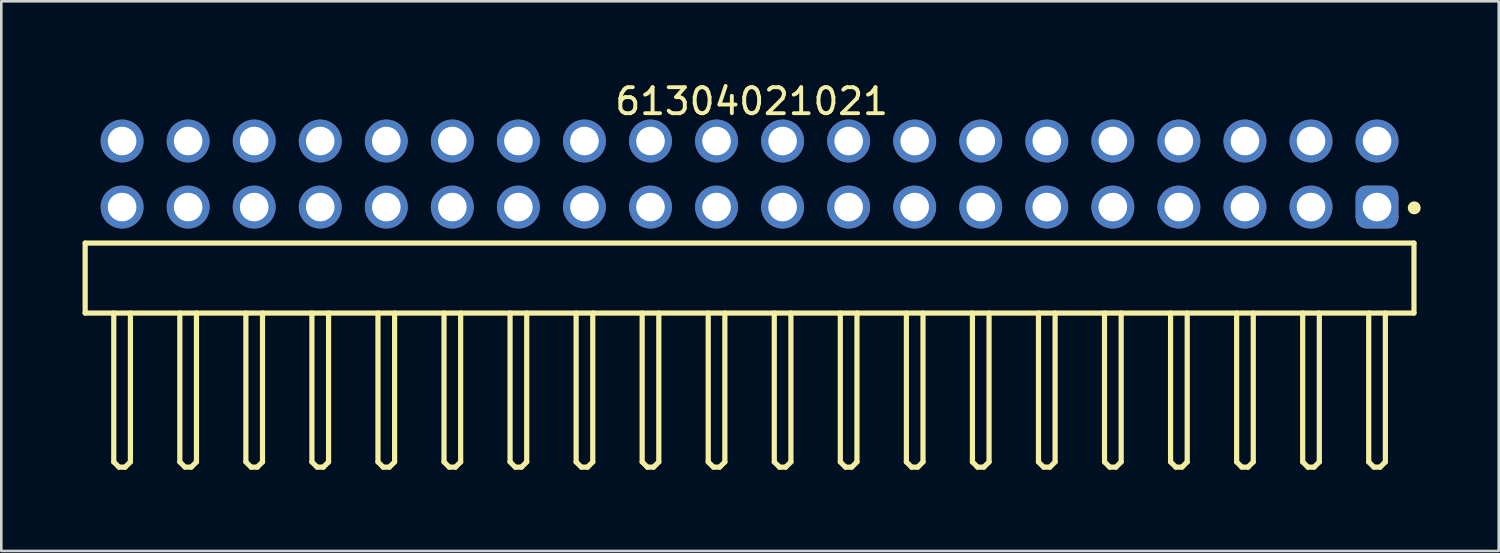
<source format=kicad_pcb>
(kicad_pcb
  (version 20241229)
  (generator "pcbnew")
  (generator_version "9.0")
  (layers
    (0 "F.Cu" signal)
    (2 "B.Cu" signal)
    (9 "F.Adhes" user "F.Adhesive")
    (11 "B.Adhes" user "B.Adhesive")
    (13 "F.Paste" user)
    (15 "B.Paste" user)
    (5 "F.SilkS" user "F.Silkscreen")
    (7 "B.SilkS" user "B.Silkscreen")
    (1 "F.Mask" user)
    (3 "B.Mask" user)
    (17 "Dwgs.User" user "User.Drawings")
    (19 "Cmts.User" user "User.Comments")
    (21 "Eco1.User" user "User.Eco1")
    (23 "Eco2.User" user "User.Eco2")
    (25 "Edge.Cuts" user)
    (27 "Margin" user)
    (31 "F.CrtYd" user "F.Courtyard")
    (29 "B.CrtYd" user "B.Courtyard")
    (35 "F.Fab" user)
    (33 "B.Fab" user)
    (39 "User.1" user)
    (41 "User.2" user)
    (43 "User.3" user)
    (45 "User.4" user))
  (footprint "61304021021"
    (layer "F.Cu")
    (at 25.775 7.643)
    (property "Reference" "61304021021" (at 0.08 -6.795 0) (layer "F.SilkS") (effects (font (size 1 1) (thickness 0.15))))
    (fp_line (start -25.55 -1.345) (end 25.55 -1.345) (stroke (width 0.2) (type solid)) (layer "F.SilkS"))
    (fp_line (start -25.55 1.345) (end -25.55 -1.345) (stroke (width 0.2) (type solid)) (layer "F.SilkS"))
    (fp_line (start -25.55 1.345) (end 25.55 1.345) (stroke (width 0.2) (type solid)) (layer "F.SilkS"))
    (fp_line (start -24.45 7.07) (end -24.45 1.345) (stroke (width 0.2) (type solid)) (layer "F.SilkS"))
    (fp_line (start -24.45 7.07) (end -24.25 7.27) (stroke (width 0.2) (type solid)) (layer "F.SilkS"))
    (fp_line (start -24.25 7.27) (end -24.01 7.27) (stroke (width 0.2) (type solid)) (layer "F.SilkS"))
    (fp_line (start -24.01 7.27) (end -23.81 7.07) (stroke (width 0.2) (type solid)) (layer "F.SilkS"))
    (fp_line (start -23.81 7.07) (end -23.81 1.345) (stroke (width 0.2) (type solid)) (layer "F.SilkS"))
    (fp_line (start -21.91 7.07) (end -21.91 1.345) (stroke (width 0.2) (type solid)) (layer "F.SilkS"))
    (fp_line (start -21.91 7.07) (end -21.71 7.27) (stroke (width 0.2) (type solid)) (layer "F.SilkS"))
    (fp_line (start -21.71 7.27) (end -21.47 7.27) (stroke (width 0.2) (type solid)) (layer "F.SilkS"))
    (fp_line (start -21.47 7.27) (end -21.27 7.07) (stroke (width 0.2) (type solid)) (layer "F.SilkS"))
    (fp_line (start -21.27 7.07) (end -21.27 1.345) (stroke (width 0.2) (type solid)) (layer "F.SilkS"))
    (fp_line (start -19.37 7.07) (end -19.37 1.345) (stroke (width 0.2) (type solid)) (layer "F.SilkS"))
    (fp_line (start -19.37 7.07) (end -19.17 7.27) (stroke (width 0.2) (type solid)) (layer "F.SilkS"))
    (fp_line (start -19.17 7.27) (end -18.93 7.27) (stroke (width 0.2) (type solid)) (layer "F.SilkS"))
    (fp_line (start -18.93 7.27) (end -18.73 7.07) (stroke (width 0.2) (type solid)) (layer "F.SilkS"))
    (fp_line (start -18.73 7.07) (end -18.73 1.345) (stroke (width 0.2) (type solid)) (layer "F.SilkS"))
    (fp_line (start -16.83 7.07) (end -16.83 1.345) (stroke (width 0.2) (type solid)) (layer "F.SilkS"))
    (fp_line (start -16.83 7.07) (end -16.63 7.27) (stroke (width 0.2) (type solid)) (layer "F.SilkS"))
    (fp_line (start -16.63 7.27) (end -16.39 7.27) (stroke (width 0.2) (type solid)) (layer "F.SilkS"))
    (fp_line (start -16.39 7.27) (end -16.19 7.07) (stroke (width 0.2) (type solid)) (layer "F.SilkS"))
    (fp_line (start -16.19 7.07) (end -16.19 1.345) (stroke (width 0.2) (type solid)) (layer "F.SilkS"))
    (fp_line (start -14.29 7.07) (end -14.29 1.345) (stroke (width 0.2) (type solid)) (layer "F.SilkS"))
    (fp_line (start -14.29 7.07) (end -14.09 7.27) (stroke (width 0.2) (type solid)) (layer "F.SilkS"))
    (fp_line (start -14.09 7.27) (end -13.85 7.27) (stroke (width 0.2) (type solid)) (layer "F.SilkS"))
    (fp_line (start -13.85 7.27) (end -13.65 7.07) (stroke (width 0.2) (type solid)) (layer "F.SilkS"))
    (fp_line (start -13.65 7.07) (end -13.65 1.345) (stroke (width 0.2) (type solid)) (layer "F.SilkS"))
    (fp_line (start -11.75 7.07) (end -11.75 1.345) (stroke (width 0.2) (type solid)) (layer "F.SilkS"))
    (fp_line (start -11.75 7.07) (end -11.55 7.27) (stroke (width 0.2) (type solid)) (layer "F.SilkS"))
    (fp_line (start -11.55 7.27) (end -11.31 7.27) (stroke (width 0.2) (type solid)) (layer "F.SilkS"))
    (fp_line (start -11.31 7.27) (end -11.11 7.07) (stroke (width 0.2) (type solid)) (layer "F.SilkS"))
    (fp_line (start -11.11 7.07) (end -11.11 1.345) (stroke (width 0.2) (type solid)) (layer "F.SilkS"))
    (fp_line (start -9.21 7.07) (end -9.21 1.345) (stroke (width 0.2) (type solid)) (layer "F.SilkS"))
    (fp_line (start -9.21 7.07) (end -9.01 7.27) (stroke (width 0.2) (type solid)) (layer "F.SilkS"))
    (fp_line (start -9.01 7.27) (end -8.77 7.27) (stroke (width 0.2) (type solid)) (layer "F.SilkS"))
    (fp_line (start -8.77 7.27) (end -8.57 7.07) (stroke (width 0.2) (type solid)) (layer "F.SilkS"))
    (fp_line (start -8.57 7.07) (end -8.57 1.345) (stroke (width 0.2) (type solid)) (layer "F.SilkS"))
    (fp_line (start -6.67 7.07) (end -6.67 1.345) (stroke (width 0.2) (type solid)) (layer "F.SilkS"))
    (fp_line (start -6.67 7.07) (end -6.47 7.27) (stroke (width 0.2) (type solid)) (layer "F.SilkS"))
    (fp_line (start -6.47 7.27) (end -6.23 7.27) (stroke (width 0.2) (type solid)) (layer "F.SilkS"))
    (fp_line (start -6.23 7.27) (end -6.03 7.07) (stroke (width 0.2) (type solid)) (layer "F.SilkS"))
    (fp_line (start -6.03 7.07) (end -6.03 1.345) (stroke (width 0.2) (type solid)) (layer "F.SilkS"))
    (fp_line (start -4.13 7.07) (end -4.13 1.345) (stroke (width 0.2) (type solid)) (layer "F.SilkS"))
    (fp_line (start -4.13 7.07) (end -3.93 7.27) (stroke (width 0.2) (type solid)) (layer "F.SilkS"))
    (fp_line (start -3.93 7.27) (end -3.69 7.27) (stroke (width 0.2) (type solid)) (layer "F.SilkS"))
    (fp_line (start -3.69 7.27) (end -3.49 7.07) (stroke (width 0.2) (type solid)) (layer "F.SilkS"))
    (fp_line (start -3.49 7.07) (end -3.49 1.345) (stroke (width 0.2) (type solid)) (layer "F.SilkS"))
    (fp_line (start -1.59 7.07) (end -1.59 1.345) (stroke (width 0.2) (type solid)) (layer "F.SilkS"))
    (fp_line (start -1.59 7.07) (end -1.39 7.27) (stroke (width 0.2) (type solid)) (layer "F.SilkS"))
    (fp_line (start -1.39 7.27) (end -1.15 7.27) (stroke (width 0.2) (type solid)) (layer "F.SilkS"))
    (fp_line (start -1.15 7.27) (end -0.95 7.07) (stroke (width 0.2) (type solid)) (layer "F.SilkS"))
    (fp_line (start -0.95 7.07) (end -0.95 1.345) (stroke (width 0.2) (type solid)) (layer "F.SilkS"))
    (fp_line (start 0.95 7.07) (end 0.95 1.345) (stroke (width 0.2) (type solid)) (layer "F.SilkS"))
    (fp_line (start 0.95 7.07) (end 1.15 7.27) (stroke (width 0.2) (type solid)) (layer "F.SilkS"))
    (fp_line (start 1.15 7.27) (end 1.39 7.27) (stroke (width 0.2) (type solid)) (layer "F.SilkS"))
    (fp_line (start 1.39 7.27) (end 1.59 7.07) (stroke (width 0.2) (type solid)) (layer "F.SilkS"))
    (fp_line (start 1.59 7.07) (end 1.59 1.345) (stroke (width 0.2) (type solid)) (layer "F.SilkS"))
    (fp_line (start 3.49 7.07) (end 3.49 1.345) (stroke (width 0.2) (type solid)) (layer "F.SilkS"))
    (fp_line (start 3.49 7.07) (end 3.69 7.27) (stroke (width 0.2) (type solid)) (layer "F.SilkS"))
    (fp_line (start 3.69 7.27) (end 3.93 7.27) (stroke (width 0.2) (type solid)) (layer "F.SilkS"))
    (fp_line (start 3.93 7.27) (end 4.13 7.07) (stroke (width 0.2) (type solid)) (layer "F.SilkS"))
    (fp_line (start 4.13 7.07) (end 4.13 1.345) (stroke (width 0.2) (type solid)) (layer "F.SilkS"))
    (fp_line (start 6.03 7.07) (end 6.03 1.345) (stroke (width 0.2) (type solid)) (layer "F.SilkS"))
    (fp_line (start 6.03 7.07) (end 6.23 7.27) (stroke (width 0.2) (type solid)) (layer "F.SilkS"))
    (fp_line (start 6.23 7.27) (end 6.47 7.27) (stroke (width 0.2) (type solid)) (layer "F.SilkS"))
    (fp_line (start 6.47 7.27) (end 6.67 7.07) (stroke (width 0.2) (type solid)) (layer "F.SilkS"))
    (fp_line (start 6.67 7.07) (end 6.67 1.345) (stroke (width 0.2) (type solid)) (layer "F.SilkS"))
    (fp_line (start 8.57 7.07) (end 8.57 1.345) (stroke (width 0.2) (type solid)) (layer "F.SilkS"))
    (fp_line (start 8.57 7.07) (end 8.77 7.27) (stroke (width 0.2) (type solid)) (layer "F.SilkS"))
    (fp_line (start 8.77 7.27) (end 9.01 7.27) (stroke (width 0.2) (type solid)) (layer "F.SilkS"))
    (fp_line (start 9.01 7.27) (end 9.21 7.07) (stroke (width 0.2) (type solid)) (layer "F.SilkS"))
    (fp_line (start 9.21 7.07) (end 9.21 1.345) (stroke (width 0.2) (type solid)) (layer "F.SilkS"))
    (fp_line (start 11.11 7.07) (end 11.11 1.345) (stroke (width 0.2) (type solid)) (layer "F.SilkS"))
    (fp_line (start 11.11 7.07) (end 11.31 7.27) (stroke (width 0.2) (type solid)) (layer "F.SilkS"))
    (fp_line (start 11.31 7.27) (end 11.55 7.27) (stroke (width 0.2) (type solid)) (layer "F.SilkS"))
    (fp_line (start 11.55 7.27) (end 11.75 7.07) (stroke (width 0.2) (type solid)) (layer "F.SilkS"))
    (fp_line (start 11.75 7.07) (end 11.75 1.345) (stroke (width 0.2) (type solid)) (layer "F.SilkS"))
    (fp_line (start 13.65 7.07) (end 13.65 1.345) (stroke (width 0.2) (type solid)) (layer "F.SilkS"))
    (fp_line (start 13.65 7.07) (end 13.85 7.27) (stroke (width 0.2) (type solid)) (layer "F.SilkS"))
    (fp_line (start 13.85 7.27) (end 14.09 7.27) (stroke (width 0.2) (type solid)) (layer "F.SilkS"))
    (fp_line (start 14.09 7.27) (end 14.29 7.07) (stroke (width 0.2) (type solid)) (layer "F.SilkS"))
    (fp_line (start 14.29 7.07) (end 14.29 1.345) (stroke (width 0.2) (type solid)) (layer "F.SilkS"))
    (fp_line (start 16.19 7.07) (end 16.19 1.345) (stroke (width 0.2) (type solid)) (layer "F.SilkS"))
    (fp_line (start 16.19 7.07) (end 16.39 7.27) (stroke (width 0.2) (type solid)) (layer "F.SilkS"))
    (fp_line (start 16.39 7.27) (end 16.63 7.27) (stroke (width 0.2) (type solid)) (layer "F.SilkS"))
    (fp_line (start 16.63 7.27) (end 16.83 7.07) (stroke (width 0.2) (type solid)) (layer "F.SilkS"))
    (fp_line (start 16.83 7.07) (end 16.83 1.345) (stroke (width 0.2) (type solid)) (layer "F.SilkS"))
    (fp_line (start 18.73 7.07) (end 18.73 1.345) (stroke (width 0.2) (type solid)) (layer "F.SilkS"))
    (fp_line (start 18.73 7.07) (end 18.93 7.27) (stroke (width 0.2) (type solid)) (layer "F.SilkS"))
    (fp_line (start 18.93 7.27) (end 19.17 7.27) (stroke (width 0.2) (type solid)) (layer "F.SilkS"))
    (fp_line (start 19.17 7.27) (end 19.37 7.07) (stroke (width 0.2) (type solid)) (layer "F.SilkS"))
    (fp_line (start 19.37 7.07) (end 19.37 1.345) (stroke (width 0.2) (type solid)) (layer "F.SilkS"))
    (fp_line (start 21.27 7.07) (end 21.27 1.345) (stroke (width 0.2) (type solid)) (layer "F.SilkS"))
    (fp_line (start 21.27 7.07) (end 21.47 7.27) (stroke (width 0.2) (type solid)) (layer "F.SilkS"))
    (fp_line (start 21.47 7.27) (end 21.71 7.27) (stroke (width 0.2) (type solid)) (layer "F.SilkS"))
    (fp_line (start 21.71 7.27) (end 21.91 7.07) (stroke (width 0.2) (type solid)) (layer "F.SilkS"))
    (fp_line (start 21.91 7.07) (end 21.91 1.345) (stroke (width 0.2) (type solid)) (layer "F.SilkS"))
    (fp_line (start 23.81 7.07) (end 23.81 1.345) (stroke (width 0.2) (type solid)) (layer "F.SilkS"))
    (fp_line (start 23.81 7.07) (end 24.01 7.27) (stroke (width 0.2) (type solid)) (layer "F.SilkS"))
    (fp_line (start 24.01 7.27) (end 24.25 7.27) (stroke (width 0.2) (type solid)) (layer "F.SilkS"))
    (fp_line (start 24.25 7.27) (end 24.45 7.07) (stroke (width 0.2) (type solid)) (layer "F.SilkS"))
    (fp_line (start 24.45 7.07) (end 24.45 1.345) (stroke (width 0.2) (type solid)) (layer "F.SilkS"))
    (fp_line (start 25.55 1.345) (end 25.55 -1.345) (stroke (width 0.2) (type solid)) (layer "F.SilkS"))
    (fp_circle (center 25.56 -2.7) (end 25.56 -2.825) (stroke (width 0.25) (type solid)) (fill no) (layer "F.SilkS"))
    (fp_line (start -25.75 -6.295) (end 25.75 -6.295) (stroke (width 0.05) (type solid)) (layer "Eco2.User"))
    (fp_line (start -25.75 7.47) (end -25.75 -6.295) (stroke (width 0.05) (type solid)) (layer "Eco2.User"))
    (fp_line (start -25.75 7.47) (end 25.75 7.47) (stroke (width 0.05) (type solid)) (layer "Eco2.User"))
    (fp_line (start -25.4 -1.27) (end 25.4 -1.27) (stroke (width 0.1) (type solid)) (layer "Eco2.User"))
    (fp_line (start -25.4 1.27) (end -25.4 -1.27) (stroke (width 0.1) (type solid)) (layer "Eco2.User"))
    (fp_line (start -25.4 1.27) (end 25.4 1.27) (stroke (width 0.1) (type solid)) (layer "Eco2.User"))
    (fp_line (start -24.45 -5.63) (end -23.81 -5.63) (stroke (width 0.1) (type solid)) (layer "Eco2.User"))
    (fp_line (start -24.45 -3.09) (end -23.81 -3.09) (stroke (width 0.1) (type solid)) (layer "Eco2.User"))
    (fp_line (start -24.45 -1.27) (end -24.45 -5.63) (stroke (width 0.1) (type solid)) (layer "Eco2.User"))
    (fp_line (start -24.45 7.07) (end -24.45 1.27) (stroke (width 0.1) (type solid)) (layer "Eco2.User"))
    (fp_line (start -24.45 7.07) (end -24.25 7.27) (stroke (width 0.1) (type solid)) (layer "Eco2.User"))
    (fp_line (start -24.25 7.27) (end -24.01 7.27) (stroke (width 0.1) (type solid)) (layer "Eco2.User"))
    (fp_line (start -24.01 7.27) (end -23.81 7.07) (stroke (width 0.1) (type solid)) (layer "Eco2.User"))
    (fp_line (start -23.81 -1.27) (end -23.81 -5.63) (stroke (width 0.1) (type solid)) (layer "Eco2.User"))
    (fp_line (start -23.81 7.07) (end -23.81 1.27) (stroke (width 0.1) (type solid)) (layer "Eco2.User"))
    (fp_line (start -21.91 -5.63) (end -21.27 -5.63) (stroke (width 0.1) (type solid)) (layer "Eco2.User"))
    (fp_line (start -21.91 -3.09) (end -21.27 -3.09) (stroke (width 0.1) (type solid)) (layer "Eco2.User"))
    (fp_line (start -21.91 -1.27) (end -21.91 -5.63) (stroke (width 0.1) (type solid)) (layer "Eco2.User"))
    (fp_line (start -21.91 7.07) (end -21.91 1.27) (stroke (width 0.1) (type solid)) (layer "Eco2.User"))
    (fp_line (start -21.91 7.07) (end -21.71 7.27) (stroke (width 0.1) (type solid)) (layer "Eco2.User"))
    (fp_line (start -21.71 7.27) (end -21.47 7.27) (stroke (width 0.1) (type solid)) (layer "Eco2.User"))
    (fp_line (start -21.47 7.27) (end -21.27 7.07) (stroke (width 0.1) (type solid)) (layer "Eco2.User"))
    (fp_line (start -21.27 -1.27) (end -21.27 -5.63) (stroke (width 0.1) (type solid)) (layer "Eco2.User"))
    (fp_line (start -21.27 7.07) (end -21.27 1.27) (stroke (width 0.1) (type solid)) (layer "Eco2.User"))
    (fp_line (start -19.37 -5.63) (end -18.73 -5.63) (stroke (width 0.1) (type solid)) (layer "Eco2.User"))
    (fp_line (start -19.37 -3.09) (end -18.73 -3.09) (stroke (width 0.1) (type solid)) (layer "Eco2.User"))
    (fp_line (start -19.37 -1.27) (end -19.37 -5.63) (stroke (width 0.1) (type solid)) (layer "Eco2.User"))
    (fp_line (start -19.37 7.07) (end -19.37 1.27) (stroke (width 0.1) (type solid)) (layer "Eco2.User"))
    (fp_line (start -19.37 7.07) (end -19.17 7.27) (stroke (width 0.1) (type solid)) (layer "Eco2.User"))
    (fp_line (start -19.17 7.27) (end -18.93 7.27) (stroke (width 0.1) (type solid)) (layer "Eco2.User"))
    (fp_line (start -18.93 7.27) (end -18.73 7.07) (stroke (width 0.1) (type solid)) (layer "Eco2.User"))
    (fp_line (start -18.73 -1.27) (end -18.73 -5.63) (stroke (width 0.1) (type solid)) (layer "Eco2.User"))
    (fp_line (start -18.73 7.07) (end -18.73 1.27) (stroke (width 0.1) (type solid)) (layer "Eco2.User"))
    (fp_line (start -16.83 -5.63) (end -16.19 -5.63) (stroke (width 0.1) (type solid)) (layer "Eco2.User"))
    (fp_line (start -16.83 -3.09) (end -16.19 -3.09) (stroke (width 0.1) (type solid)) (layer "Eco2.User"))
    (fp_line (start -16.83 -1.27) (end -16.83 -5.63) (stroke (width 0.1) (type solid)) (layer "Eco2.User"))
    (fp_line (start -16.83 7.07) (end -16.83 1.27) (stroke (width 0.1) (type solid)) (layer "Eco2.User"))
    (fp_line (start -16.83 7.07) (end -16.63 7.27) (stroke (width 0.1) (type solid)) (layer "Eco2.User"))
    (fp_line (start -16.63 7.27) (end -16.39 7.27) (stroke (width 0.1) (type solid)) (layer "Eco2.User"))
    (fp_line (start -16.39 7.27) (end -16.19 7.07) (stroke (width 0.1) (type solid)) (layer "Eco2.User"))
    (fp_line (start -16.19 -1.27) (end -16.19 -5.63) (stroke (width 0.1) (type solid)) (layer "Eco2.User"))
    (fp_line (start -16.19 7.07) (end -16.19 1.27) (stroke (width 0.1) (type solid)) (layer "Eco2.User"))
    (fp_line (start -14.29 -5.63) (end -13.65 -5.63) (stroke (width 0.1) (type solid)) (layer "Eco2.User"))
    (fp_line (start -14.29 -3.09) (end -13.65 -3.09) (stroke (width 0.1) (type solid)) (layer "Eco2.User"))
    (fp_line (start -14.29 -1.27) (end -14.29 -5.63) (stroke (width 0.1) (type solid)) (layer "Eco2.User"))
    (fp_line (start -14.29 7.07) (end -14.29 1.27) (stroke (width 0.1) (type solid)) (layer "Eco2.User"))
    (fp_line (start -14.29 7.07) (end -14.09 7.27) (stroke (width 0.1) (type solid)) (layer "Eco2.User"))
    (fp_line (start -14.09 7.27) (end -13.85 7.27) (stroke (width 0.1) (type solid)) (layer "Eco2.User"))
    (fp_line (start -13.85 7.27) (end -13.65 7.07) (stroke (width 0.1) (type solid)) (layer "Eco2.User"))
    (fp_line (start -13.65 -1.27) (end -13.65 -5.63) (stroke (width 0.1) (type solid)) (layer "Eco2.User"))
    (fp_line (start -13.65 7.07) (end -13.65 1.27) (stroke (width 0.1) (type solid)) (layer "Eco2.User"))
    (fp_line (start -11.75 -5.63) (end -11.11 -5.63) (stroke (width 0.1) (type solid)) (layer "Eco2.User"))
    (fp_line (start -11.75 -3.09) (end -11.11 -3.09) (stroke (width 0.1) (type solid)) (layer "Eco2.User"))
    (fp_line (start -11.75 -1.27) (end -11.75 -5.63) (stroke (width 0.1) (type solid)) (layer "Eco2.User"))
    (fp_line (start -11.75 7.07) (end -11.75 1.27) (stroke (width 0.1) (type solid)) (layer "Eco2.User"))
    (fp_line (start -11.75 7.07) (end -11.55 7.27) (stroke (width 0.1) (type solid)) (layer "Eco2.User"))
    (fp_line (start -11.55 7.27) (end -11.31 7.27) (stroke (width 0.1) (type solid)) (layer "Eco2.User"))
    (fp_line (start -11.31 7.27) (end -11.11 7.07) (stroke (width 0.1) (type solid)) (layer "Eco2.User"))
    (fp_line (start -11.11 -1.27) (end -11.11 -5.63) (stroke (width 0.1) (type solid)) (layer "Eco2.User"))
    (fp_line (start -11.11 7.07) (end -11.11 1.27) (stroke (width 0.1) (type solid)) (layer "Eco2.User"))
    (fp_line (start -9.21 -5.63) (end -8.57 -5.63) (stroke (width 0.1) (type solid)) (layer "Eco2.User"))
    (fp_line (start -9.21 -3.09) (end -8.57 -3.09) (stroke (width 0.1) (type solid)) (layer "Eco2.User"))
    (fp_line (start -9.21 -3.09) (end -8.57 -3.09) (stroke (width 0.1) (type solid)) (layer "Eco2.User"))
    (fp_line (start -9.21 -1.27) (end -9.21 -5.63) (stroke (width 0.1) (type solid)) (layer "Eco2.User"))
    (fp_line (start -9.21 7.07) (end -9.21 1.27) (stroke (width 0.1) (type solid)) (layer "Eco2.User"))
    (fp_line (start -9.21 7.07) (end -9.01 7.27) (stroke (width 0.1) (type solid)) (layer "Eco2.User"))
    (fp_line (start -9.01 7.27) (end -8.77 7.27) (stroke (width 0.1) (type solid)) (layer "Eco2.User"))
    (fp_line (start -8.77 7.27) (end -8.57 7.07) (stroke (width 0.1) (type solid)) (layer "Eco2.User"))
    (fp_line (start -8.57 -1.27) (end -8.57 -5.63) (stroke (width 0.1) (type solid)) (layer "Eco2.User"))
    (fp_line (start -8.57 7.07) (end -8.57 1.27) (stroke (width 0.1) (type solid)) (layer "Eco2.User"))
    (fp_line (start -6.67 -5.63) (end -6.03 -5.63) (stroke (width 0.1) (type solid)) (layer "Eco2.User"))
    (fp_line (start -6.67 -3.09) (end -6.03 -3.09) (stroke (width 0.1) (type solid)) (layer "Eco2.User"))
    (fp_line (start -6.67 -1.27) (end -6.67 -5.63) (stroke (width 0.1) (type solid)) (layer "Eco2.User"))
    (fp_line (start -6.67 7.07) (end -6.67 1.27) (stroke (width 0.1) (type solid)) (layer "Eco2.User"))
    (fp_line (start -6.67 7.07) (end -6.47 7.27) (stroke (width 0.1) (type solid)) (layer "Eco2.User"))
    (fp_line (start -6.47 7.27) (end -6.23 7.27) (stroke (width 0.1) (type solid)) (layer "Eco2.User"))
    (fp_line (start -6.23 7.27) (end -6.03 7.07) (stroke (width 0.1) (type solid)) (layer "Eco2.User"))
    (fp_line (start -6.03 -1.27) (end -6.03 -5.63) (stroke (width 0.1) (type solid)) (layer "Eco2.User"))
    (fp_line (start -6.03 7.07) (end -6.03 1.27) (stroke (width 0.1) (type solid)) (layer "Eco2.User"))
    (fp_line (start -4.13 -5.63) (end -3.49 -5.63) (stroke (width 0.1) (type solid)) (layer "Eco2.User"))
    (fp_line (start -4.13 -3.09) (end -3.49 -3.09) (stroke (width 0.1) (type solid)) (layer "Eco2.User"))
    (fp_line (start -4.13 -1.27) (end -4.13 -5.63) (stroke (width 0.1) (type solid)) (layer "Eco2.User"))
    (fp_line (start -4.13 7.07) (end -4.13 1.27) (stroke (width 0.1) (type solid)) (layer "Eco2.User"))
    (fp_line (start -4.13 7.07) (end -3.93 7.27) (stroke (width 0.1) (type solid)) (layer "Eco2.User"))
    (fp_line (start -3.93 7.27) (end -3.69 7.27) (stroke (width 0.1) (type solid)) (layer "Eco2.User"))
    (fp_line (start -3.69 7.27) (end -3.49 7.07) (stroke (width 0.1) (type solid)) (layer "Eco2.User"))
    (fp_line (start -3.49 -1.27) (end -3.49 -5.63) (stroke (width 0.1) (type solid)) (layer "Eco2.User"))
    (fp_line (start -3.49 7.07) (end -3.49 1.27) (stroke (width 0.1) (type solid)) (layer "Eco2.User"))
    (fp_line (start -1.59 -5.63) (end -0.95 -5.63) (stroke (width 0.1) (type solid)) (layer "Eco2.User"))
    (fp_line (start -1.59 -3.09) (end -0.95 -3.09) (stroke (width 0.1) (type solid)) (layer "Eco2.User"))
    (fp_line (start -1.59 -1.27) (end -1.59 -5.63) (stroke (width 0.1) (type solid)) (layer "Eco2.User"))
    (fp_line (start -1.59 7.07) (end -1.59 1.27) (stroke (width 0.1) (type solid)) (layer "Eco2.User"))
    (fp_line (start -1.59 7.07) (end -1.39 7.27) (stroke (width 0.1) (type solid)) (layer "Eco2.User"))
    (fp_line (start -1.39 7.27) (end -1.15 7.27) (stroke (width 0.1) (type solid)) (layer "Eco2.User"))
    (fp_line (start -1.15 7.27) (end -0.95 7.07) (stroke (width 0.1) (type solid)) (layer "Eco2.User"))
    (fp_line (start -0.95 -1.27) (end -0.95 -5.63) (stroke (width 0.1) (type solid)) (layer "Eco2.User"))
    (fp_line (start -0.95 7.07) (end -0.95 1.27) (stroke (width 0.1) (type solid)) (layer "Eco2.User"))
    (fp_line (start -0.5 0) (end 0.5 0) (stroke (width 0.05) (type solid)) (layer "Eco2.User"))
    (fp_line (start 0 0.5) (end 0 -0.5) (stroke (width 0.05) (type solid)) (layer "Eco2.User"))
    (fp_line (start 0.95 -5.63) (end 1.59 -5.63) (stroke (width 0.1) (type solid)) (layer "Eco2.User"))
    (fp_line (start 0.95 -3.09) (end 1.59 -3.09) (stroke (width 0.1) (type solid)) (layer "Eco2.User"))
    (fp_line (start 0.95 -1.27) (end 0.95 -5.63) (stroke (width 0.1) (type solid)) (layer "Eco2.User"))
    (fp_line (start 0.95 7.07) (end 0.95 1.27) (stroke (width 0.1) (type solid)) (layer "Eco2.User"))
    (fp_line (start 0.95 7.07) (end 1.15 7.27) (stroke (width 0.1) (type solid)) (layer "Eco2.User"))
    (fp_line (start 1.15 7.27) (end 1.39 7.27) (stroke (width 0.1) (type solid)) (layer "Eco2.User"))
    (fp_line (start 1.39 7.27) (end 1.59 7.07) (stroke (width 0.1) (type solid)) (layer "Eco2.User"))
    (fp_line (start 1.59 -1.27) (end 1.59 -5.63) (stroke (width 0.1) (type solid)) (layer "Eco2.User"))
    (fp_line (start 1.59 7.07) (end 1.59 1.27) (stroke (width 0.1) (type solid)) (layer "Eco2.User"))
    (fp_line (start 3.49 -5.63) (end 4.13 -5.63) (stroke (width 0.1) (type solid)) (layer "Eco2.User"))
    (fp_line (start 3.49 -3.09) (end 4.13 -3.09) (stroke (width 0.1) (type solid)) (layer "Eco2.User"))
    (fp_line (start 3.49 -1.27) (end 3.49 -5.63) (stroke (width 0.1) (type solid)) (layer "Eco2.User"))
    (fp_line (start 3.49 7.07) (end 3.49 1.27) (stroke (width 0.1) (type solid)) (layer "Eco2.User"))
    (fp_line (start 3.49 7.07) (end 3.69 7.27) (stroke (width 0.1) (type solid)) (layer "Eco2.User"))
    (fp_line (start 3.69 7.27) (end 3.93 7.27) (stroke (width 0.1) (type solid)) (layer "Eco2.User"))
    (fp_line (start 3.93 7.27) (end 4.13 7.07) (stroke (width 0.1) (type solid)) (layer "Eco2.User"))
    (fp_line (start 4.13 -1.27) (end 4.13 -5.63) (stroke (width 0.1) (type solid)) (layer "Eco2.User"))
    (fp_line (start 4.13 7.07) (end 4.13 1.27) (stroke (width 0.1) (type solid)) (layer "Eco2.User"))
    (fp_line (start 6.03 -5.63) (end 6.67 -5.63) (stroke (width 0.1) (type solid)) (layer "Eco2.User"))
    (fp_line (start 6.03 -3.09) (end 6.67 -3.09) (stroke (width 0.1) (type solid)) (layer "Eco2.User"))
    (fp_line (start 6.03 -1.27) (end 6.03 -5.63) (stroke (width 0.1) (type solid)) (layer "Eco2.User"))
    (fp_line (start 6.03 7.07) (end 6.03 1.27) (stroke (width 0.1) (type solid)) (layer "Eco2.User"))
    (fp_line (start 6.03 7.07) (end 6.23 7.27) (stroke (width 0.1) (type solid)) (layer "Eco2.User"))
    (fp_line (start 6.23 7.27) (end 6.47 7.27) (stroke (width 0.1) (type solid)) (layer "Eco2.User"))
    (fp_line (start 6.47 7.27) (end 6.67 7.07) (stroke (width 0.1) (type solid)) (layer "Eco2.User"))
    (fp_line (start 6.67 -1.27) (end 6.67 -5.63) (stroke (width 0.1) (type solid)) (layer "Eco2.User"))
    (fp_line (start 6.67 7.07) (end 6.67 1.27) (stroke (width 0.1) (type solid)) (layer "Eco2.User"))
    (fp_line (start 8.57 -5.63) (end 9.21 -5.63) (stroke (width 0.1) (type solid)) (layer "Eco2.User"))
    (fp_line (start 8.57 -3.09) (end 9.21 -3.09) (stroke (width 0.1) (type solid)) (layer "Eco2.User"))
    (fp_line (start 8.57 -1.27) (end 8.57 -5.63) (stroke (width 0.1) (type solid)) (layer "Eco2.User"))
    (fp_line (start 8.57 7.07) (end 8.57 1.27) (stroke (width 0.1) (type solid)) (layer "Eco2.User"))
    (fp_line (start 8.57 7.07) (end 8.77 7.27) (stroke (width 0.1) (type solid)) (layer "Eco2.User"))
    (fp_line (start 8.77 7.27) (end 9.01 7.27) (stroke (width 0.1) (type solid)) (layer "Eco2.User"))
    (fp_line (start 9.01 7.27) (end 9.21 7.07) (stroke (width 0.1) (type solid)) (layer "Eco2.User"))
    (fp_line (start 9.21 -1.27) (end 9.21 -5.63) (stroke (width 0.1) (type solid)) (layer "Eco2.User"))
    (fp_line (start 9.21 7.07) (end 9.21 1.27) (stroke (width 0.1) (type solid)) (layer "Eco2.User"))
    (fp_line (start 11.11 -5.63) (end 11.75 -5.63) (stroke (width 0.1) (type solid)) (layer "Eco2.User"))
    (fp_line (start 11.11 -3.09) (end 11.75 -3.09) (stroke (width 0.1) (type solid)) (layer "Eco2.User"))
    (fp_line (start 11.11 -1.27) (end 11.11 -5.63) (stroke (width 0.1) (type solid)) (layer "Eco2.User"))
    (fp_line (start 11.11 7.07) (end 11.11 1.27) (stroke (width 0.1) (type solid)) (layer "Eco2.User"))
    (fp_line (start 11.11 7.07) (end 11.31 7.27) (stroke (width 0.1) (type solid)) (layer "Eco2.User"))
    (fp_line (start 11.31 7.27) (end 11.55 7.27) (stroke (width 0.1) (type solid)) (layer "Eco2.User"))
    (fp_line (start 11.55 7.27) (end 11.75 7.07) (stroke (width 0.1) (type solid)) (layer "Eco2.User"))
    (fp_line (start 11.75 -1.27) (end 11.75 -5.63) (stroke (width 0.1) (type solid)) (layer "Eco2.User"))
    (fp_line (start 11.75 7.07) (end 11.75 1.27) (stroke (width 0.1) (type solid)) (layer "Eco2.User"))
    (fp_line (start 13.65 -5.63) (end 14.29 -5.63) (stroke (width 0.1) (type solid)) (layer "Eco2.User"))
    (fp_line (start 13.65 -3.09) (end 14.29 -3.09) (stroke (width 0.1) (type solid)) (layer "Eco2.User"))
    (fp_line (start 13.65 -1.27) (end 13.65 -5.63) (stroke (width 0.1) (type solid)) (layer "Eco2.User"))
    (fp_line (start 13.65 7.07) (end 13.65 1.27) (stroke (width 0.1) (type solid)) (layer "Eco2.User"))
    (fp_line (start 13.65 7.07) (end 13.85 7.27) (stroke (width 0.1) (type solid)) (layer "Eco2.User"))
    (fp_line (start 13.85 7.27) (end 14.09 7.27) (stroke (width 0.1) (type solid)) (layer "Eco2.User"))
    (fp_line (start 14.09 7.27) (end 14.29 7.07) (stroke (width 0.1) (type solid)) (layer "Eco2.User"))
    (fp_line (start 14.29 -1.27) (end 14.29 -5.63) (stroke (width 0.1) (type solid)) (layer "Eco2.User"))
    (fp_line (start 14.29 7.07) (end 14.29 1.27) (stroke (width 0.1) (type solid)) (layer "Eco2.User"))
    (fp_line (start 16.19 -5.63) (end 16.83 -5.63) (stroke (width 0.1) (type solid)) (layer "Eco2.User"))
    (fp_line (start 16.19 -3.09) (end 16.83 -3.09) (stroke (width 0.1) (type solid)) (layer "Eco2.User"))
    (fp_line (start 16.19 -1.27) (end 16.19 -5.63) (stroke (width 0.1) (type solid)) (layer "Eco2.User"))
    (fp_line (start 16.19 7.07) (end 16.19 1.27) (stroke (width 0.1) (type solid)) (layer "Eco2.User"))
    (fp_line (start 16.19 7.07) (end 16.39 7.27) (stroke (width 0.1) (type solid)) (layer "Eco2.User"))
    (fp_line (start 16.39 7.27) (end 16.63 7.27) (stroke (width 0.1) (type solid)) (layer "Eco2.User"))
    (fp_line (start 16.63 7.27) (end 16.83 7.07) (stroke (width 0.1) (type solid)) (layer "Eco2.User"))
    (fp_line (start 16.83 -1.27) (end 16.83 -5.63) (stroke (width 0.1) (type solid)) (layer "Eco2.User"))
    (fp_line (start 16.83 7.07) (end 16.83 1.27) (stroke (width 0.1) (type solid)) (layer "Eco2.User"))
    (fp_line (start 18.73 -5.63) (end 19.37 -5.63) (stroke (width 0.1) (type solid)) (layer "Eco2.User"))
    (fp_line (start 18.73 -3.09) (end 19.37 -3.09) (stroke (width 0.1) (type solid)) (layer "Eco2.User"))
    (fp_line (start 18.73 -1.27) (end 18.73 -5.63) (stroke (width 0.1) (type solid)) (layer "Eco2.User"))
    (fp_line (start 18.73 7.07) (end 18.73 1.27) (stroke (width 0.1) (type solid)) (layer "Eco2.User"))
    (fp_line (start 18.73 7.07) (end 18.93 7.27) (stroke (width 0.1) (type solid)) (layer "Eco2.User"))
    (fp_line (start 18.93 7.27) (end 19.17 7.27) (stroke (width 0.1) (type solid)) (layer "Eco2.User"))
    (fp_line (start 19.17 7.27) (end 19.37 7.07) (stroke (width 0.1) (type solid)) (layer "Eco2.User"))
    (fp_line (start 19.37 -1.27) (end 19.37 -5.63) (stroke (width 0.1) (type solid)) (layer "Eco2.User"))
    (fp_line (start 19.37 7.07) (end 19.37 1.27) (stroke (width 0.1) (type solid)) (layer "Eco2.User"))
    (fp_line (start 21.27 -5.63) (end 21.91 -5.63) (stroke (width 0.1) (type solid)) (layer "Eco2.User"))
    (fp_line (start 21.27 -3.09) (end 21.91 -3.09) (stroke (width 0.1) (type solid)) (layer "Eco2.User"))
    (fp_line (start 21.27 -1.27) (end 21.27 -5.63) (stroke (width 0.1) (type solid)) (layer "Eco2.User"))
    (fp_line (start 21.27 7.07) (end 21.27 1.27) (stroke (width 0.1) (type solid)) (layer "Eco2.User"))
    (fp_line (start 21.27 7.07) (end 21.47 7.27) (stroke (width 0.1) (type solid)) (layer "Eco2.User"))
    (fp_line (start 21.47 7.27) (end 21.71 7.27) (stroke (width 0.1) (type solid)) (layer "Eco2.User"))
    (fp_line (start 21.71 7.27) (end 21.91 7.07) (stroke (width 0.1) (type solid)) (layer "Eco2.User"))
    (fp_line (start 21.91 -1.27) (end 21.91 -5.63) (stroke (width 0.1) (type solid)) (layer "Eco2.User"))
    (fp_line (start 21.91 7.07) (end 21.91 1.27) (stroke (width 0.1) (type solid)) (layer "Eco2.User"))
    (fp_line (start 23.81 -5.63) (end 24.45 -5.63) (stroke (width 0.1) (type solid)) (layer "Eco2.User"))
    (fp_line (start 23.81 -3.09) (end 24.45 -3.09) (stroke (width 0.1) (type solid)) (layer "Eco2.User"))
    (fp_line (start 23.81 -1.27) (end 23.81 -5.63) (stroke (width 0.1) (type solid)) (layer "Eco2.User"))
    (fp_line (start 23.81 7.07) (end 23.81 1.27) (stroke (width 0.1) (type solid)) (layer "Eco2.User"))
    (fp_line (start 23.81 7.07) (end 24.01 7.27) (stroke (width 0.1) (type solid)) (layer "Eco2.User"))
    (fp_line (start 24.01 7.27) (end 24.25 7.27) (stroke (width 0.1) (type solid)) (layer "Eco2.User"))
    (fp_line (start 24.25 7.27) (end 24.45 7.07) (stroke (width 0.1) (type solid)) (layer "Eco2.User"))
    (fp_line (start 24.45 -1.27) (end 24.45 -5.63) (stroke (width 0.1) (type solid)) (layer "Eco2.User"))
    (fp_line (start 24.45 7.07) (end 24.45 1.27) (stroke (width 0.1) (type solid)) (layer "Eco2.User"))
    (fp_line (start 25.4 1.27) (end 25.4 -1.27) (stroke (width 0.1) (type solid)) (layer "Eco2.User"))
    (fp_line (start 25.75 7.47) (end 25.75 -6.295) (stroke (width 0.05) (type solid)) (layer "Eco2.User"))
    (fp_text user "${REFERENCE}" (at 0.15 -0.197 0) (unlocked yes) (layer "User.3") (effects (font (size 1.5 1.5) (thickness 0.15))))
    (pad "1" thru_hole roundrect (at 24.13 -2.73) (size 1.65 1.65) (drill 1.1) (layers "*.Cu" "*.Mask") (roundrect_rratio 0.25))
    (pad "2" thru_hole circle (at 24.13 -5.27) (size 1.65 1.65) (drill 1.1) (layers "*.Cu" "*.Mask"))
    (pad "3" thru_hole circle (at 21.59 -2.73) (size 1.65 1.65) (drill 1.1) (layers "*.Cu" "*.Mask"))
    (pad "4" thru_hole circle (at 21.59 -5.27) (size 1.65 1.65) (drill 1.1) (layers "*.Cu" "*.Mask"))
    (pad "5" thru_hole circle (at 19.05 -2.73) (size 1.65 1.65) (drill 1.1) (layers "*.Cu" "*.Mask"))
    (pad "6" thru_hole circle (at 19.05 -5.27) (size 1.65 1.65) (drill 1.1) (layers "*.Cu" "*.Mask"))
    (pad "7" thru_hole circle (at 16.51 -2.73) (size 1.65 1.65) (drill 1.1) (layers "*.Cu" "*.Mask"))
    (pad "8" thru_hole circle (at 16.51 -5.27) (size 1.65 1.65) (drill 1.1) (layers "*.Cu" "*.Mask"))
    (pad "9" thru_hole circle (at 13.97 -2.73) (size 1.65 1.65) (drill 1.1) (layers "*.Cu" "*.Mask"))
    (pad "10" thru_hole circle (at 13.97 -5.27) (size 1.65 1.65) (drill 1.1) (layers "*.Cu" "*.Mask"))
    (pad "11" thru_hole circle (at 11.43 -2.73) (size 1.65 1.65) (drill 1.1) (layers "*.Cu" "*.Mask"))
    (pad "12" thru_hole circle (at 11.43 -5.27) (size 1.65 1.65) (drill 1.1) (layers "*.Cu" "*.Mask"))
    (pad "13" thru_hole circle (at 8.89 -2.73) (size 1.65 1.65) (drill 1.1) (layers "*.Cu" "*.Mask"))
    (pad "14" thru_hole circle (at 8.89 -5.27) (size 1.65 1.65) (drill 1.1) (layers "*.Cu" "*.Mask"))
    (pad "15" thru_hole circle (at 6.35 -2.73) (size 1.65 1.65) (drill 1.1) (layers "*.Cu" "*.Mask"))
    (pad "16" thru_hole circle (at 6.35 -5.27) (size 1.65 1.65) (drill 1.1) (layers "*.Cu" "*.Mask"))
    (pad "17" thru_hole circle (at 3.81 -2.73) (size 1.65 1.65) (drill 1.1) (layers "*.Cu" "*.Mask"))
    (pad "18" thru_hole circle (at 3.81 -5.27) (size 1.65 1.65) (drill 1.1) (layers "*.Cu" "*.Mask"))
    (pad "19" thru_hole circle (at 1.27 -2.73) (size 1.65 1.65) (drill 1.1) (layers "*.Cu" "*.Mask"))
    (pad "20" thru_hole circle (at 1.27 -5.27) (size 1.65 1.65) (drill 1.1) (layers "*.Cu" "*.Mask"))
    (pad "21" thru_hole circle (at -1.27 -2.73) (size 1.65 1.65) (drill 1.1) (layers "*.Cu" "*.Mask"))
    (pad "22" thru_hole circle (at -1.27 -5.27) (size 1.65 1.65) (drill 1.1) (layers "*.Cu" "*.Mask"))
    (pad "23" thru_hole circle (at -3.81 -2.73) (size 1.65 1.65) (drill 1.1) (layers "*.Cu" "*.Mask"))
    (pad "24" thru_hole circle (at -3.81 -5.27) (size 1.65 1.65) (drill 1.1) (layers "*.Cu" "*.Mask"))
    (pad "25" thru_hole circle (at -6.35 -2.73) (size 1.65 1.65) (drill 1.1) (layers "*.Cu" "*.Mask"))
    (pad "26" thru_hole circle (at -6.35 -5.27) (size 1.65 1.65) (drill 1.1) (layers "*.Cu" "*.Mask"))
    (pad "27" thru_hole circle (at -8.89 -2.73) (size 1.65 1.65) (drill 1.1) (layers "*.Cu" "*.Mask"))
    (pad "28" thru_hole circle (at -8.89 -5.27) (size 1.65 1.65) (drill 1.1) (layers "*.Cu" "*.Mask"))
    (pad "29" thru_hole circle (at -11.43 -2.73) (size 1.65 1.65) (drill 1.1) (layers "*.Cu" "*.Mask"))
    (pad "30" thru_hole circle (at -11.43 -5.27) (size 1.65 1.65) (drill 1.1) (layers "*.Cu" "*.Mask"))
    (pad "31" thru_hole circle (at -13.97 -2.73) (size 1.65 1.65) (drill 1.1) (layers "*.Cu" "*.Mask"))
    (pad "32" thru_hole circle (at -13.97 -5.27) (size 1.65 1.65) (drill 1.1) (layers "*.Cu" "*.Mask"))
    (pad "33" thru_hole circle (at -16.51 -2.73) (size 1.65 1.65) (drill 1.1) (layers "*.Cu" "*.Mask"))
    (pad "34" thru_hole circle (at -16.51 -5.27) (size 1.65 1.65) (drill 1.1) (layers "*.Cu" "*.Mask"))
    (pad "35" thru_hole circle (at -19.05 -2.73) (size 1.65 1.65) (drill 1.1) (layers "*.Cu" "*.Mask"))
    (pad "36" thru_hole circle (at -19.05 -5.27) (size 1.65 1.65) (drill 1.1) (layers "*.Cu" "*.Mask"))
    (pad "37" thru_hole circle (at -21.59 -2.73) (size 1.65 1.65) (drill 1.1) (layers "*.Cu" "*.Mask"))
    (pad "38" thru_hole circle (at -21.59 -5.27) (size 1.65 1.65) (drill 1.1) (layers "*.Cu" "*.Mask"))
    (pad "39" thru_hole circle (at -24.13 -2.73) (size 1.65 1.65) (drill 1.1) (layers "*.Cu" "*.Mask"))
    (pad "40" thru_hole circle (at -24.13 -5.27) (size 1.65 1.65) (drill 1.1) (layers "*.Cu" "*.Mask")))
  (gr_rect
    (start -3 -3)
    (end 54.585 18.138)
    (stroke (width 0.1) (type default))
    (fill no)
    (layer "Edge.Cuts")))
</source>
